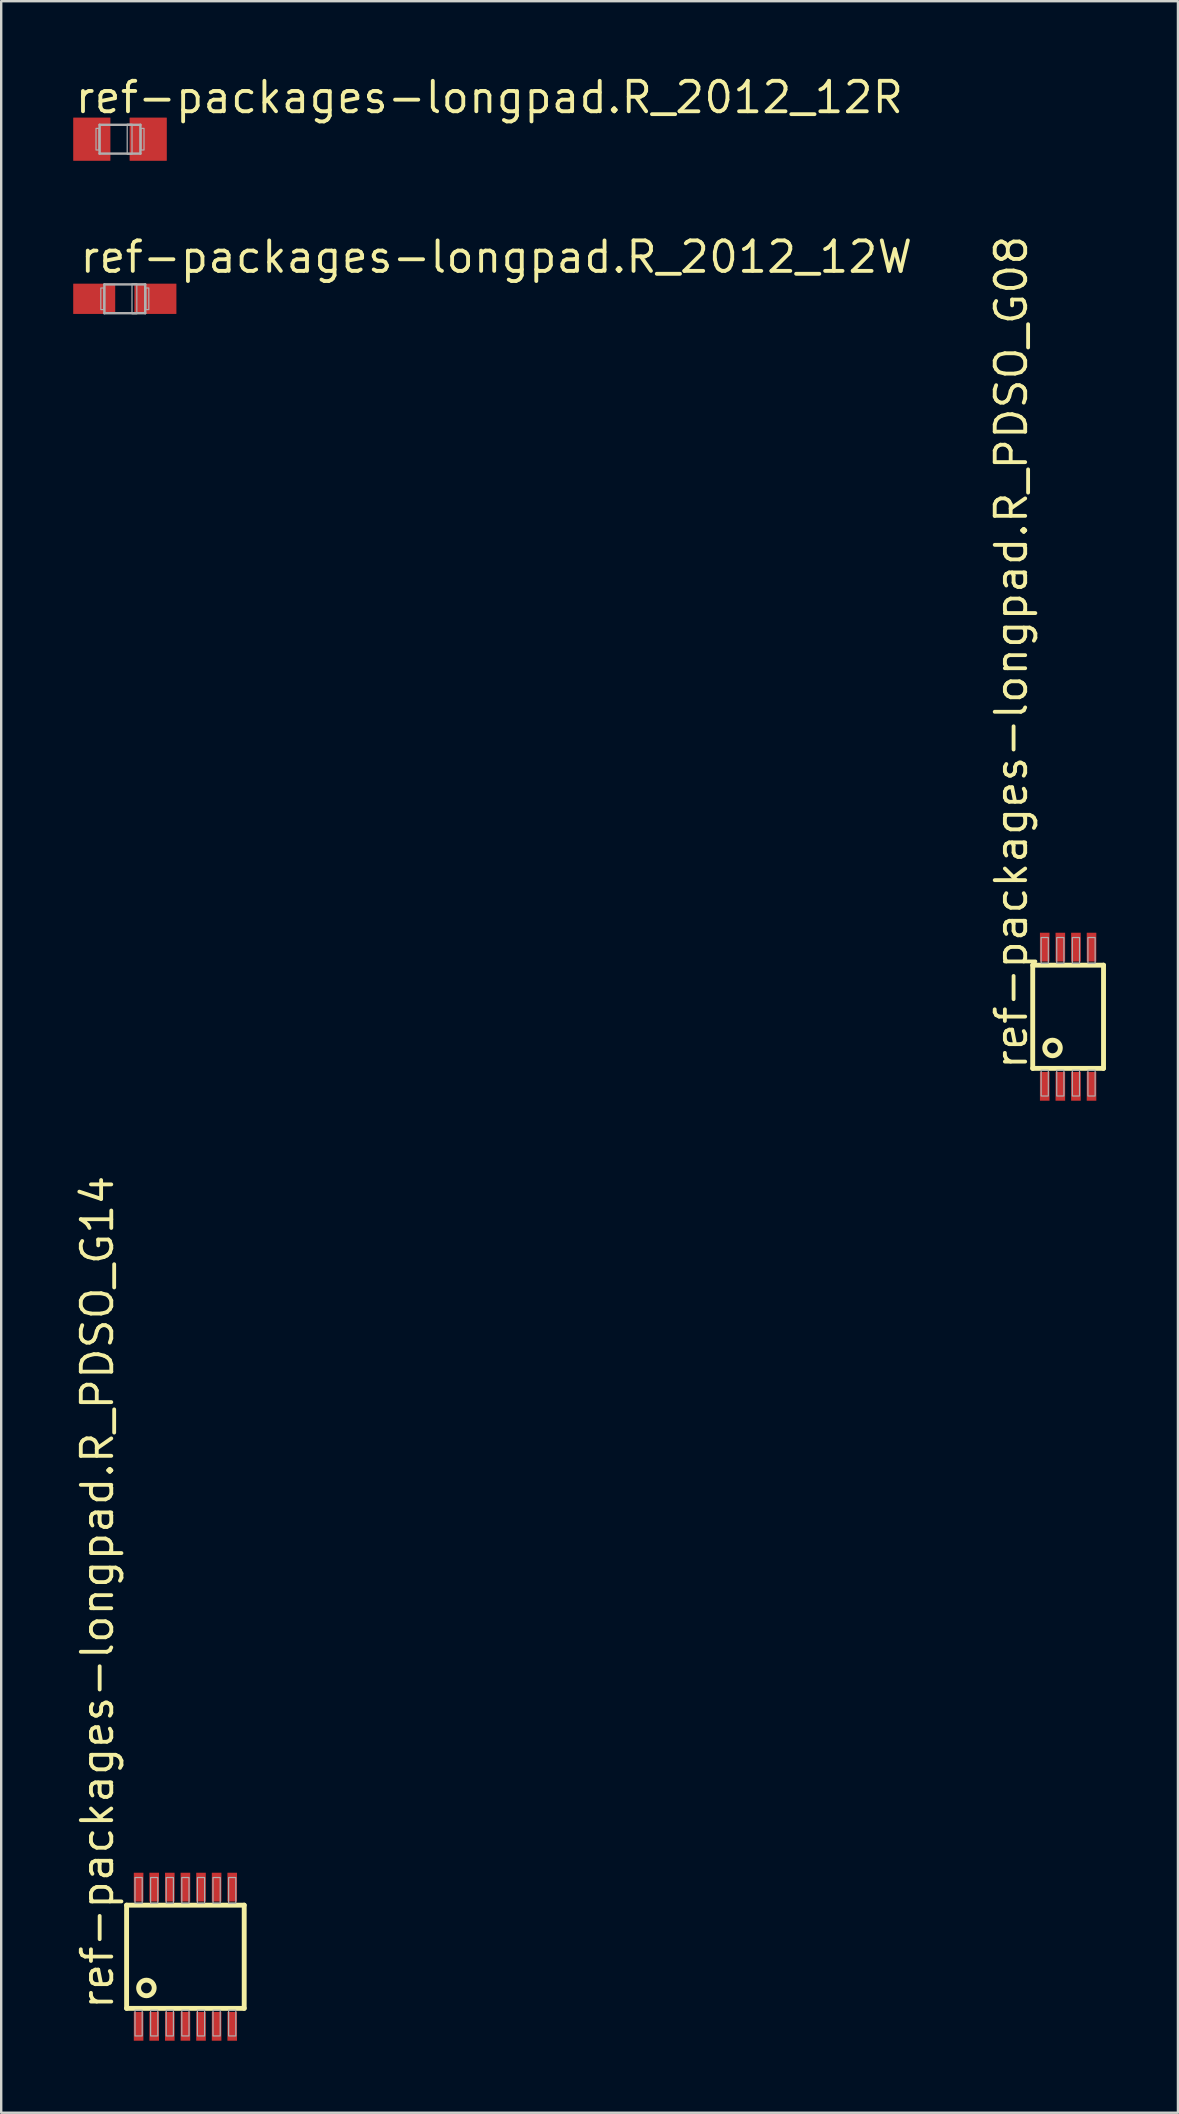
<source format=kicad_pcb>
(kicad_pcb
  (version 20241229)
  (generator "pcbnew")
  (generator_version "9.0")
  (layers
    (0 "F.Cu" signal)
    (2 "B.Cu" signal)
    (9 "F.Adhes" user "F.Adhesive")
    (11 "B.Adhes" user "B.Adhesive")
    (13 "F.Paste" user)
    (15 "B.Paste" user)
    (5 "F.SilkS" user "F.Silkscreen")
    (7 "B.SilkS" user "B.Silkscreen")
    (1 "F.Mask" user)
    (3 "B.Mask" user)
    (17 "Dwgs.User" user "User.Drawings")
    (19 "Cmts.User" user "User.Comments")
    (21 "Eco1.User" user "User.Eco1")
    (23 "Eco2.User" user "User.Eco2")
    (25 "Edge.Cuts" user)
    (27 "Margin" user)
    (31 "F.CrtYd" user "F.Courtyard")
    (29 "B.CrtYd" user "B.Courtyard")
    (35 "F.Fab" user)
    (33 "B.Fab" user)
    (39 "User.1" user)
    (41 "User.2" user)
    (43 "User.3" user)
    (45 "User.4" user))
  (footprint "ref-packages-longpad.R_2012_12R"
    (layer "F.Cu")
    (at 1.95 2.75)
    (property "Reference" "ref-packages-longpad.R_2012_12R" (at -1.95 -1 0) (layer "F.SilkS") (effects (font (size 1.27 1.27) (thickness 0.16)) (justify left bottom)))
    (attr smd)
    (fp_line (start -0.85 -0.6) (end 0.85 -0.6) (stroke (width 0.102) (type default)) (layer "F.Fab"))
    (fp_line (start -0.85 0.6) (end -0.85 -0.6) (stroke (width 0.102) (type default)) (layer "F.Fab"))
    (fp_line (start 0.85 -0.6) (end 0.85 0.6) (stroke (width 0.102) (type default)) (layer "F.Fab"))
    (fp_line (start 0.85 0.6) (end -0.85 0.6) (stroke (width 0.102) (type default)) (layer "F.Fab"))
    (fp_rect (start -1 0.45) (end -0.875 -0.45) (stroke (width 0.05) (type default)) (fill no) (layer "F.Fab"))
    (fp_rect (start 0.3 0.625) (end 0.5 -0.625) (stroke (width 0.05) (type default)) (fill no) (layer "F.Fab"))
    (fp_rect (start 0.875 0.45) (end 1 -0.45) (stroke (width 0.05) (type default)) (fill no) (layer "F.Fab"))
    (pad "+" smd roundrect (at 1.175 0) (size 1.55 1.8) (layers "F.Cu" "F.Mask" "F.Paste") (roundrect_rratio 0.01))
    (pad "-" smd roundrect (at -1.175 0) (size 1.55 1.8) (layers "F.Cu" "F.Mask" "F.Paste") (roundrect_rratio 0.01)))
  (footprint "ref-packages-longpad.R_2012_12W"
    (layer "F.Cu")
    (at 2.15 9.4)
    (property "Reference" "ref-packages-longpad.R_2012_12W" (at -1.95 -1 0) (layer "F.SilkS") (effects (font (size 1.27 1.27) (thickness 0.16)) (justify left bottom)))
    (attr smd)
    (fp_line (start -0.85 -0.6) (end 0.85 -0.6) (stroke (width 0.102) (type default)) (layer "F.Fab"))
    (fp_line (start -0.85 0.6) (end -0.85 -0.6) (stroke (width 0.102) (type default)) (layer "F.Fab"))
    (fp_line (start 0.85 -0.6) (end 0.85 0.6) (stroke (width 0.102) (type default)) (layer "F.Fab"))
    (fp_line (start 0.85 0.6) (end -0.85 0.6) (stroke (width 0.102) (type default)) (layer "F.Fab"))
    (fp_rect (start -1 0.45) (end -0.875 -0.45) (stroke (width 0.05) (type default)) (fill no) (layer "F.Fab"))
    (fp_rect (start 0.3 0.625) (end 0.5 -0.625) (stroke (width 0.05) (type default)) (fill no) (layer "F.Fab"))
    (fp_rect (start 0.875 0.45) (end 1 -0.45) (stroke (width 0.05) (type default)) (fill no) (layer "F.Fab"))
    (pad "+" smd roundrect (at 1.275 0) (size 1.75 1.26) (layers "F.Cu" "F.Mask" "F.Paste") (roundrect_rratio 0.01))
    (pad "-" smd roundrect (at -1.275 0) (size 1.75 1.26) (layers "F.Cu" "F.Mask" "F.Paste") (roundrect_rratio 0.01)))
  (footprint "ref-packages-longpad.R_PDSO_G08"
    (layer "F.Cu")
    (at 41.454 39.314)
    (property "Reference" "ref-packages-longpad.R_PDSO_G08" (at -1.625 2.275 90) (layer "F.SilkS") (effects (font (size 1.27 1.27) (thickness 0.16)) (justify left bottom)))
    (attr smd)
    (fp_line (start -1.475 -2.15) (end 1.475 -2.15) (stroke (width 0.203) (type default)) (layer "F.SilkS"))
    (fp_line (start -1.475 2.15) (end -1.475 -2.15) (stroke (width 0.203) (type default)) (layer "F.SilkS"))
    (fp_line (start 1.475 -2.15) (end 1.475 2.15) (stroke (width 0.203) (type default)) (layer "F.SilkS"))
    (fp_line (start 1.475 2.15) (end -1.475 2.15) (stroke (width 0.203) (type default)) (layer "F.SilkS"))
    (fp_circle (center -0.65 1.3) (end -0.325 1.3) (stroke (width 0.203) (type default)) (fill no) (layer "F.SilkS"))
    (fp_rect (start -1.125 -2.23) (end -0.825 -3.3) (stroke (width 0.05) (type default)) (fill no) (layer "F.Fab"))
    (fp_rect (start -1.125 3.3) (end -0.825 2.23) (stroke (width 0.05) (type default)) (fill no) (layer "F.Fab"))
    (fp_rect (start -0.475 -2.23) (end -0.175 -3.3) (stroke (width 0.05) (type default)) (fill no) (layer "F.Fab"))
    (fp_rect (start -0.475 3.3) (end -0.175 2.23) (stroke (width 0.05) (type default)) (fill no) (layer "F.Fab"))
    (fp_rect (start 0.175 -2.23) (end 0.475 -3.3) (stroke (width 0.05) (type default)) (fill no) (layer "F.Fab"))
    (fp_rect (start 0.175 3.3) (end 0.475 2.23) (stroke (width 0.05) (type default)) (fill no) (layer "F.Fab"))
    (fp_rect (start 0.825 -2.23) (end 1.125 -3.3) (stroke (width 0.05) (type default)) (fill no) (layer "F.Fab"))
    (fp_rect (start 0.825 3.3) (end 1.125 2.23) (stroke (width 0.05) (type default)) (fill no) (layer "F.Fab"))
    (pad "1" smd roundrect (at -0.975 2.9) (size 0.4 1.2) (layers "F.Cu" "F.Mask" "F.Paste") (roundrect_rratio 0.01))
    (pad "2" smd roundrect (at -0.325 2.9) (size 0.4 1.2) (layers "F.Cu" "F.Mask" "F.Paste") (roundrect_rratio 0.01))
    (pad "3" smd roundrect (at 0.325 2.9) (size 0.4 1.2) (layers "F.Cu" "F.Mask" "F.Paste") (roundrect_rratio 0.01))
    (pad "4" smd roundrect (at 0.975 2.9) (size 0.4 1.2) (layers "F.Cu" "F.Mask" "F.Paste") (roundrect_rratio 0.01))
    (pad "5" smd roundrect (at 0.975 -2.9 180) (size 0.4 1.2) (layers "F.Cu" "F.Mask" "F.Paste") (roundrect_rratio 0.01))
    (pad "6" smd roundrect (at 0.325 -2.9 180) (size 0.4 1.2) (layers "F.Cu" "F.Mask" "F.Paste") (roundrect_rratio 0.01))
    (pad "7" smd roundrect (at -0.325 -2.9 180) (size 0.4 1.2) (layers "F.Cu" "F.Mask" "F.Paste") (roundrect_rratio 0.01))
    (pad "8" smd roundrect (at -0.975 -2.9 180) (size 0.4 1.2) (layers "F.Cu" "F.Mask" "F.Paste") (roundrect_rratio 0.01)))
  (footprint "ref-packages-longpad.R_PDSO_G14"
    (layer "F.Cu")
    (at 4.675 78.479)
    (property "Reference" "ref-packages-longpad.R_PDSO_G14" (at -2.925 2.275 90) (layer "F.SilkS") (effects (font (size 1.27 1.27) (thickness 0.16)) (justify left bottom)))
    (attr smd)
    (fp_line (start -2.45 -2.15) (end 2.45 -2.15) (stroke (width 0.203) (type default)) (layer "F.SilkS"))
    (fp_line (start -2.45 2.15) (end -2.45 -2.15) (stroke (width 0.203) (type default)) (layer "F.SilkS"))
    (fp_line (start 2.45 -2.15) (end 2.45 2.15) (stroke (width 0.203) (type default)) (layer "F.SilkS"))
    (fp_line (start 2.45 2.15) (end -2.45 2.15) (stroke (width 0.203) (type default)) (layer "F.SilkS"))
    (fp_circle (center -1.625 1.3) (end -1.3 1.3) (stroke (width 0.203) (type default)) (fill no) (layer "F.SilkS"))
    (fp_rect (start -2.1 -2.23) (end -1.8 -3.3) (stroke (width 0.05) (type default)) (fill no) (layer "F.Fab"))
    (fp_rect (start -2.1 3.3) (end -1.8 2.23) (stroke (width 0.05) (type default)) (fill no) (layer "F.Fab"))
    (fp_rect (start -1.45 -2.23) (end -1.15 -3.3) (stroke (width 0.05) (type default)) (fill no) (layer "F.Fab"))
    (fp_rect (start -1.45 3.3) (end -1.15 2.23) (stroke (width 0.05) (type default)) (fill no) (layer "F.Fab"))
    (fp_rect (start -0.8 -2.23) (end -0.5 -3.3) (stroke (width 0.05) (type default)) (fill no) (layer "F.Fab"))
    (fp_rect (start -0.8 3.3) (end -0.5 2.23) (stroke (width 0.05) (type default)) (fill no) (layer "F.Fab"))
    (fp_rect (start -0.15 -2.23) (end 0.15 -3.3) (stroke (width 0.05) (type default)) (fill no) (layer "F.Fab"))
    (fp_rect (start -0.15 3.3) (end 0.15 2.23) (stroke (width 0.05) (type default)) (fill no) (layer "F.Fab"))
    (fp_rect (start 0.5 -2.23) (end 0.8 -3.3) (stroke (width 0.05) (type default)) (fill no) (layer "F.Fab"))
    (fp_rect (start 0.5 3.3) (end 0.8 2.23) (stroke (width 0.05) (type default)) (fill no) (layer "F.Fab"))
    (fp_rect (start 1.15 -2.23) (end 1.45 -3.3) (stroke (width 0.05) (type default)) (fill no) (layer "F.Fab"))
    (fp_rect (start 1.15 3.3) (end 1.45 2.23) (stroke (width 0.05) (type default)) (fill no) (layer "F.Fab"))
    (fp_rect (start 1.8 -2.23) (end 2.1 -3.3) (stroke (width 0.05) (type default)) (fill no) (layer "F.Fab"))
    (fp_rect (start 1.8 3.3) (end 2.1 2.23) (stroke (width 0.05) (type default)) (fill no) (layer "F.Fab"))
    (pad "1" smd roundrect (at -1.95 2.9) (size 0.4 1.2) (layers "F.Cu" "F.Mask" "F.Paste") (roundrect_rratio 0.01))
    (pad "2" smd roundrect (at -1.3 2.9) (size 0.4 1.2) (layers "F.Cu" "F.Mask" "F.Paste") (roundrect_rratio 0.01))
    (pad "3" smd roundrect (at -0.65 2.9) (size 0.4 1.2) (layers "F.Cu" "F.Mask" "F.Paste") (roundrect_rratio 0.01))
    (pad "4" smd roundrect (at 0 2.9) (size 0.4 1.2) (layers "F.Cu" "F.Mask" "F.Paste") (roundrect_rratio 0.01))
    (pad "5" smd roundrect (at 0.65 2.9) (size 0.4 1.2) (layers "F.Cu" "F.Mask" "F.Paste") (roundrect_rratio 0.01))
    (pad "6" smd roundrect (at 1.3 2.9) (size 0.4 1.2) (layers "F.Cu" "F.Mask" "F.Paste") (roundrect_rratio 0.01))
    (pad "7" smd roundrect (at 1.95 2.9) (size 0.4 1.2) (layers "F.Cu" "F.Mask" "F.Paste") (roundrect_rratio 0.01))
    (pad "8" smd roundrect (at 1.95 -2.9 180) (size 0.4 1.2) (layers "F.Cu" "F.Mask" "F.Paste") (roundrect_rratio 0.01))
    (pad "9" smd roundrect (at 1.3 -2.9 180) (size 0.4 1.2) (layers "F.Cu" "F.Mask" "F.Paste") (roundrect_rratio 0.01))
    (pad "10" smd roundrect (at 0.65 -2.9 180) (size 0.4 1.2) (layers "F.Cu" "F.Mask" "F.Paste") (roundrect_rratio 0.01))
    (pad "11" smd roundrect (at 0 -2.9 180) (size 0.4 1.2) (layers "F.Cu" "F.Mask" "F.Paste") (roundrect_rratio 0.01))
    (pad "12" smd roundrect (at -0.65 -2.9 180) (size 0.4 1.2) (layers "F.Cu" "F.Mask" "F.Paste") (roundrect_rratio 0.01))
    (pad "13" smd roundrect (at -1.3 -2.9 180) (size 0.4 1.2) (layers "F.Cu" "F.Mask" "F.Paste") (roundrect_rratio 0.01))
    (pad "14" smd roundrect (at -1.95 -2.9 180) (size 0.4 1.2) (layers "F.Cu" "F.Mask" "F.Paste") (roundrect_rratio 0.01)))
  (gr_rect
    (start -3 -3)
    (end 46.03 84.979)
    (stroke (width 0.1) (type default))
    (fill no)
    (layer "Edge.Cuts")))
</source>
